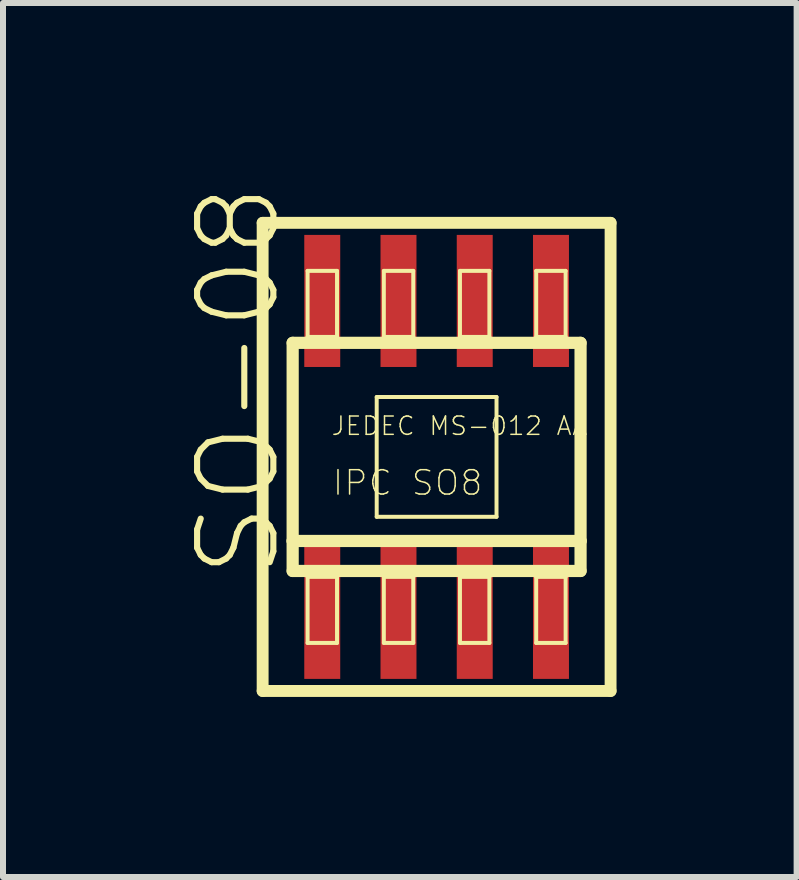
<source format=kicad_pcb>
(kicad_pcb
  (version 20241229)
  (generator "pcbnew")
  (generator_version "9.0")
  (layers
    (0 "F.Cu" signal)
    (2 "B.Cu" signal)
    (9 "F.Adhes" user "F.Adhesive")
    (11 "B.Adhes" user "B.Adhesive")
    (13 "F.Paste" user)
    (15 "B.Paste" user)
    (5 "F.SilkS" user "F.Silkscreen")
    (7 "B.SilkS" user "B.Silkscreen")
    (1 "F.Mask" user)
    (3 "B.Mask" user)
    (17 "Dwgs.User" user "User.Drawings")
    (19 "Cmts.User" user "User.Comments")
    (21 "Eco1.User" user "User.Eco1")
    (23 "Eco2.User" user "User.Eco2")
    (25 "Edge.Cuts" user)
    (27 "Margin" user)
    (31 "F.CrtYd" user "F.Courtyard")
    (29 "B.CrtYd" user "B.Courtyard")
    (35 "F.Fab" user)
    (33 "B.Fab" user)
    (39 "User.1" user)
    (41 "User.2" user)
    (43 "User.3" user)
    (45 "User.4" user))
  (footprint "SO-08"
    (layer "F.Cu")
    (at 4.223 4.561)
    (property "Reference" "SO-08" (at -3.302 -1.27 90) (layer "F.SilkS") (effects (font (size 1.27 1.27) (thickness 0.102))))
    (attr smd)
    (fp_line (start -2.898 -3.899) (end 2.898 -3.899) (stroke (width 0.198) (type solid)) (layer "F.SilkS"))
    (fp_line (start -2.898 3.899) (end -2.898 -3.899) (stroke (width 0.198) (type solid)) (layer "F.SilkS"))
    (fp_line (start -2.398 -1.9) (end 2.398 -1.9) (stroke (width 0.203) (type solid)) (layer "F.SilkS"))
    (fp_line (start -2.398 1.4) (end -2.398 -1.9) (stroke (width 0.203) (type solid)) (layer "F.SilkS"))
    (fp_line (start -2.398 1.9) (end -2.398 1.4) (stroke (width 0.203) (type solid)) (layer "F.SilkS"))
    (fp_line (start -2.149 -3.099) (end -1.659 -3.099) (stroke (width 0.066) (type solid)) (layer "F.SilkS"))
    (fp_line (start -2.149 -1.999) (end -2.149 -3.099) (stroke (width 0.066) (type solid)) (layer "F.SilkS"))
    (fp_line (start -2.149 -1.999) (end -1.659 -1.999) (stroke (width 0.066) (type solid)) (layer "F.SilkS"))
    (fp_line (start -2.149 1.999) (end -1.659 1.999) (stroke (width 0.066) (type solid)) (layer "F.SilkS"))
    (fp_line (start -2.149 3.099) (end -2.149 1.999) (stroke (width 0.066) (type solid)) (layer "F.SilkS"))
    (fp_line (start -2.149 3.099) (end -1.659 3.099) (stroke (width 0.066) (type solid)) (layer "F.SilkS"))
    (fp_line (start -1.659 -1.999) (end -1.659 -3.099) (stroke (width 0.066) (type solid)) (layer "F.SilkS"))
    (fp_line (start -1.659 3.099) (end -1.659 1.999) (stroke (width 0.066) (type solid)) (layer "F.SilkS"))
    (fp_line (start -0.998 -0.998) (end 0.998 -0.998) (stroke (width 0.066) (type solid)) (layer "F.SilkS"))
    (fp_line (start -0.998 0.998) (end -0.998 -0.998) (stroke (width 0.066) (type solid)) (layer "F.SilkS"))
    (fp_line (start -0.998 0.998) (end 0.998 0.998) (stroke (width 0.066) (type solid)) (layer "F.SilkS"))
    (fp_line (start -0.879 -3.099) (end -0.389 -3.099) (stroke (width 0.066) (type solid)) (layer "F.SilkS"))
    (fp_line (start -0.879 -1.999) (end -0.879 -3.099) (stroke (width 0.066) (type solid)) (layer "F.SilkS"))
    (fp_line (start -0.879 -1.999) (end -0.389 -1.999) (stroke (width 0.066) (type solid)) (layer "F.SilkS"))
    (fp_line (start -0.879 1.999) (end -0.389 1.999) (stroke (width 0.066) (type solid)) (layer "F.SilkS"))
    (fp_line (start -0.879 3.099) (end -0.879 1.999) (stroke (width 0.066) (type solid)) (layer "F.SilkS"))
    (fp_line (start -0.879 3.099) (end -0.389 3.099) (stroke (width 0.066) (type solid)) (layer "F.SilkS"))
    (fp_line (start -0.389 -1.999) (end -0.389 -3.099) (stroke (width 0.066) (type solid)) (layer "F.SilkS"))
    (fp_line (start -0.389 3.099) (end -0.389 1.999) (stroke (width 0.066) (type solid)) (layer "F.SilkS"))
    (fp_line (start 0.389 -3.099) (end 0.879 -3.099) (stroke (width 0.066) (type solid)) (layer "F.SilkS"))
    (fp_line (start 0.389 -1.999) (end 0.389 -3.099) (stroke (width 0.066) (type solid)) (layer "F.SilkS"))
    (fp_line (start 0.389 -1.999) (end 0.879 -1.999) (stroke (width 0.066) (type solid)) (layer "F.SilkS"))
    (fp_line (start 0.389 1.999) (end 0.879 1.999) (stroke (width 0.066) (type solid)) (layer "F.SilkS"))
    (fp_line (start 0.389 3.099) (end 0.389 1.999) (stroke (width 0.066) (type solid)) (layer "F.SilkS"))
    (fp_line (start 0.389 3.099) (end 0.879 3.099) (stroke (width 0.066) (type solid)) (layer "F.SilkS"))
    (fp_line (start 0.879 -1.999) (end 0.879 -3.099) (stroke (width 0.066) (type solid)) (layer "F.SilkS"))
    (fp_line (start 0.879 3.099) (end 0.879 1.999) (stroke (width 0.066) (type solid)) (layer "F.SilkS"))
    (fp_line (start 0.998 0.998) (end 0.998 -0.998) (stroke (width 0.066) (type solid)) (layer "F.SilkS"))
    (fp_line (start 1.659 -3.099) (end 2.149 -3.099) (stroke (width 0.066) (type solid)) (layer "F.SilkS"))
    (fp_line (start 1.659 -1.999) (end 1.659 -3.099) (stroke (width 0.066) (type solid)) (layer "F.SilkS"))
    (fp_line (start 1.659 -1.999) (end 2.149 -1.999) (stroke (width 0.066) (type solid)) (layer "F.SilkS"))
    (fp_line (start 1.659 1.999) (end 2.149 1.999) (stroke (width 0.066) (type solid)) (layer "F.SilkS"))
    (fp_line (start 1.659 3.099) (end 1.659 1.999) (stroke (width 0.066) (type solid)) (layer "F.SilkS"))
    (fp_line (start 1.659 3.099) (end 2.149 3.099) (stroke (width 0.066) (type solid)) (layer "F.SilkS"))
    (fp_line (start 2.149 -1.999) (end 2.149 -3.099) (stroke (width 0.066) (type solid)) (layer "F.SilkS"))
    (fp_line (start 2.149 3.099) (end 2.149 1.999) (stroke (width 0.066) (type solid)) (layer "F.SilkS"))
    (fp_line (start 2.398 -1.9) (end 2.398 1.4) (stroke (width 0.203) (type solid)) (layer "F.SilkS"))
    (fp_line (start 2.398 1.4) (end -2.398 1.4) (stroke (width 0.203) (type solid)) (layer "F.SilkS"))
    (fp_line (start 2.398 1.4) (end 2.398 1.9) (stroke (width 0.203) (type solid)) (layer "F.SilkS"))
    (fp_line (start 2.398 1.9) (end -2.398 1.9) (stroke (width 0.203) (type solid)) (layer "F.SilkS"))
    (fp_line (start 2.898 -3.899) (end 2.898 3.899) (stroke (width 0.198) (type solid)) (layer "F.SilkS"))
    (fp_line (start 2.898 3.899) (end -2.898 3.899) (stroke (width 0.198) (type solid)) (layer "F.SilkS"))
    (fp_text user "IPC SO8" (at -0.483 0.432 0) (layer "F.SilkS") (effects (font (size 0.406 0.406) (thickness 0.025))))
    (fp_text user "JEDEC MS-012 AA" (at 0.381 -0.516 0) (layer "F.SilkS") (effects (font (size 0.305 0.305) (thickness 0.025))))
    (pad "1" smd rect (at -1.905 2.598) (size 0.599 2.2) (layers "F.Cu" "F.Mask" "F.Paste"))
    (pad "2" smd rect (at -0.635 2.598) (size 0.599 2.2) (layers "F.Cu" "F.Mask" "F.Paste"))
    (pad "3" smd rect (at 0.635 2.598) (size 0.599 2.2) (layers "F.Cu" "F.Mask" "F.Paste"))
    (pad "4" smd rect (at 1.905 2.598) (size 0.599 2.2) (layers "F.Cu" "F.Mask" "F.Paste"))
    (pad "5" smd rect (at 1.905 -2.598) (size 0.599 2.2) (layers "F.Cu" "F.Mask" "F.Paste"))
    (pad "6" smd rect (at 0.635 -2.598) (size 0.599 2.2) (layers "F.Cu" "F.Mask" "F.Paste"))
    (pad "7" smd rect (at -0.635 -2.598) (size 0.599 2.2) (layers "F.Cu" "F.Mask" "F.Paste"))
    (pad "8" smd rect (at -1.905 -2.598) (size 0.599 2.2) (layers "F.Cu" "F.Mask" "F.Paste")))
  (gr_rect
    (start -3 -3)
    (end 10.22 11.559)
    (stroke (width 0.1) (type default))
    (fill no)
    (layer "Edge.Cuts")))
</source>
